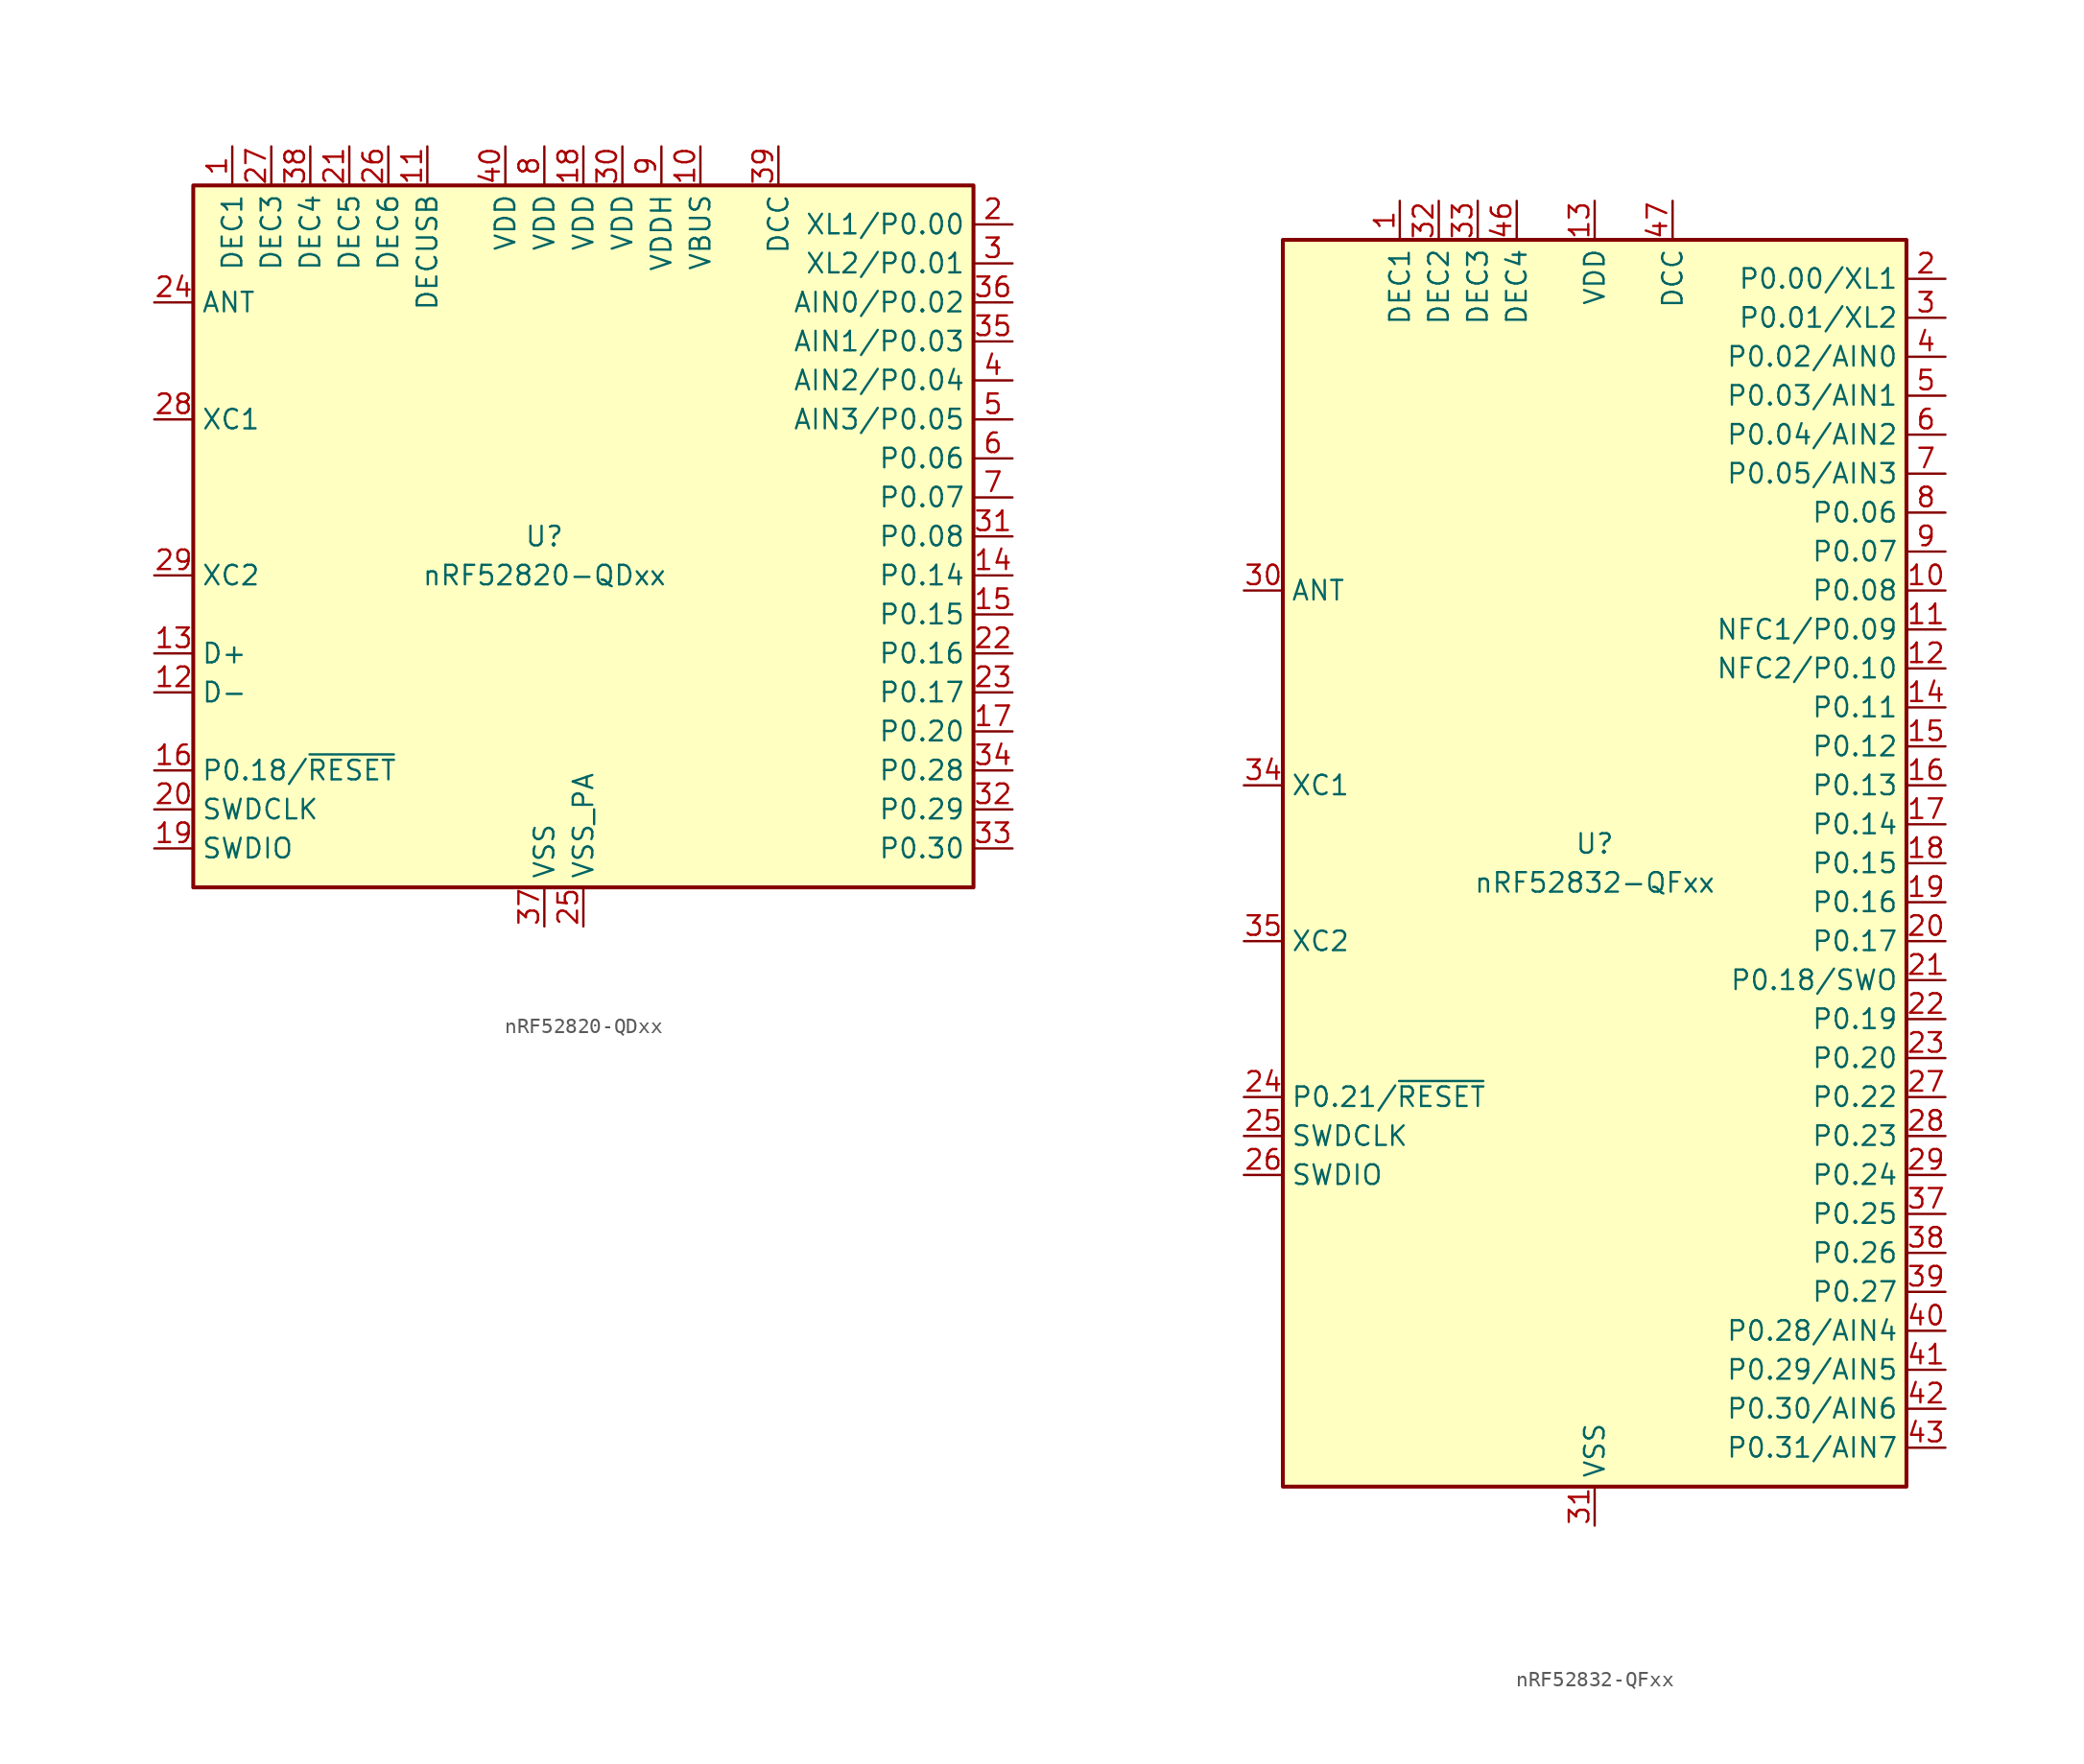
<source format=kicad_sym>
(kicad_symbol_lib
  (version 20201005)
  (generator kicad_symbol_editor)
  (symbol "MCU_Nordic:nRF52820-QDxx"
    (property "Reference" "U"
      (at -2.54 0 0)
      (effects (font (size 1.27 1.27))))
    (property "Value" "nRF52820-QDxx"
      (at -2.54 -2.54 0)
      (effects (font (size 1.27 1.27))))
    (symbol "nRF52820-QDxx_0_1"
      (rectangle (start -25.4 22.86) (end 25.4 -22.86) (stroke (width 0.254)) (fill (type background))))
    (symbol "nRF52820-QDxx_1_1"
      (pin passive line (at -22.86 25.4 270) (length 2.54) (name "DEC1" (effects (font (size 1.27 1.27)))) (number "1" (effects (font (size 1.27 1.27)))))
      (pin power_in line (at 7.62 25.4 270) (length 2.54) (name "VBUS" (effects (font (size 1.27 1.27)))) (number "10" (effects (font (size 1.27 1.27)))))
      (pin passive line (at -10.16 25.4 270) (length 2.54) (name "DECUSB" (effects (font (size 1.27 1.27)))) (number "11" (effects (font (size 1.27 1.27)))))
      (pin bidirectional line (at -27.94 -10.16 0) (length 2.54) (name "D-" (effects (font (size 1.27 1.27)))) (number "12" (effects (font (size 1.27 1.27)))))
      (pin bidirectional line (at -27.94 -7.62 0) (length 2.54) (name "D+" (effects (font (size 1.27 1.27)))) (number "13" (effects (font (size 1.27 1.27)))))
      (pin bidirectional line (at 27.94 -2.54 180) (length 2.54) (name "P0.14" (effects (font (size 1.27 1.27)))) (number "14" (effects (font (size 1.27 1.27)))))
      (pin bidirectional line (at 27.94 -5.08 180) (length 2.54) (name "P0.15" (effects (font (size 1.27 1.27)))) (number "15" (effects (font (size 1.27 1.27)))))
      (pin bidirectional line (at -27.94 -15.24 0) (length 2.54) (name "P0.18/~RESET" (effects (font (size 1.27 1.27)))) (number "16" (effects (font (size 1.27 1.27)))))
      (pin bidirectional line (at 27.94 -12.7 180) (length 2.54) (name "P0.20" (effects (font (size 1.27 1.27)))) (number "17" (effects (font (size 1.27 1.27)))))
      (pin power_in line (at 0 25.4 270) (length 2.54) (name "VDD" (effects (font (size 1.27 1.27)))) (number "18" (effects (font (size 1.27 1.27)))))
      (pin bidirectional line (at -27.94 -20.32 0) (length 2.54) (name "SWDIO" (effects (font (size 1.27 1.27)))) (number "19" (effects (font (size 1.27 1.27)))))
      (pin bidirectional line (at 27.94 20.32 180) (length 2.54) (name "XL1/P0.00" (effects (font (size 1.27 1.27)))) (number "2" (effects (font (size 1.27 1.27)))))
      (pin input line (at -27.94 -17.78 0) (length 2.54) (name "SWDCLK" (effects (font (size 1.27 1.27)))) (number "20" (effects (font (size 1.27 1.27)))))
      (pin passive line (at -15.24 25.4 270) (length 2.54) (name "DEC5" (effects (font (size 1.27 1.27)))) (number "21" (effects (font (size 1.27 1.27)))))
      (pin bidirectional line (at 27.94 -7.62 180) (length 2.54) (name "P0.16" (effects (font (size 1.27 1.27)))) (number "22" (effects (font (size 1.27 1.27)))))
      (pin bidirectional line (at 27.94 -10.16 180) (length 2.54) (name "P0.17" (effects (font (size 1.27 1.27)))) (number "23" (effects (font (size 1.27 1.27)))))
      (pin passive line (at -27.94 15.24 0) (length 2.54) (name "ANT" (effects (font (size 1.27 1.27)))) (number "24" (effects (font (size 1.27 1.27)))))
      (pin power_in line (at 0 -25.4 90) (length 2.54) (name "VSS_PA" (effects (font (size 1.27 1.27)))) (number "25" (effects (font (size 1.27 1.27)))))
      (pin passive line (at -12.7 25.4 270) (length 2.54) (name "DEC6" (effects (font (size 1.27 1.27)))) (number "26" (effects (font (size 1.27 1.27)))))
      (pin passive line (at -20.32 25.4 270) (length 2.54) (name "DEC3" (effects (font (size 1.27 1.27)))) (number "27" (effects (font (size 1.27 1.27)))))
      (pin input line (at -27.94 7.62 0) (length 2.54) (name "XC1" (effects (font (size 1.27 1.27)))) (number "28" (effects (font (size 1.27 1.27)))))
      (pin input line (at -27.94 -2.54 0) (length 2.54) (name "XC2" (effects (font (size 1.27 1.27)))) (number "29" (effects (font (size 1.27 1.27)))))
      (pin bidirectional line (at 27.94 17.78 180) (length 2.54) (name "XL2/P0.01" (effects (font (size 1.27 1.27)))) (number "3" (effects (font (size 1.27 1.27)))))
      (pin power_in line (at 2.54 25.4 270) (length 2.54) (name "VDD" (effects (font (size 1.27 1.27)))) (number "30" (effects (font (size 1.27 1.27)))))
      (pin bidirectional line (at 27.94 0 180) (length 2.54) (name "P0.08" (effects (font (size 1.27 1.27)))) (number "31" (effects (font (size 1.27 1.27)))))
      (pin bidirectional line (at 27.94 -17.78 180) (length 2.54) (name "P0.29" (effects (font (size 1.27 1.27)))) (number "32" (effects (font (size 1.27 1.27)))))
      (pin bidirectional line (at 27.94 -20.32 180) (length 2.54) (name "P0.30" (effects (font (size 1.27 1.27)))) (number "33" (effects (font (size 1.27 1.27)))))
      (pin bidirectional line (at 27.94 -15.24 180) (length 2.54) (name "P0.28" (effects (font (size 1.27 1.27)))) (number "34" (effects (font (size 1.27 1.27)))))
      (pin bidirectional line (at 27.94 12.7 180) (length 2.54) (name "AIN1/P0.03" (effects (font (size 1.27 1.27)))) (number "35" (effects (font (size 1.27 1.27)))))
      (pin bidirectional line (at 27.94 15.24 180) (length 2.54) (name "AIN0/P0.02" (effects (font (size 1.27 1.27)))) (number "36" (effects (font (size 1.27 1.27)))))
      (pin power_in line (at -2.54 -25.4 90) (length 2.54) (name "VSS" (effects (font (size 1.27 1.27)))) (number "37" (effects (font (size 1.27 1.27)))))
      (pin passive line (at -17.78 25.4 270) (length 2.54) (name "DEC4" (effects (font (size 1.27 1.27)))) (number "38" (effects (font (size 1.27 1.27)))))
      (pin power_out line (at 12.7 25.4 270) (length 2.54) (name "DCC" (effects (font (size 1.27 1.27)))) (number "39" (effects (font (size 1.27 1.27)))))
      (pin bidirectional line (at 27.94 10.16 180) (length 2.54) (name "AIN2/P0.04" (effects (font (size 1.27 1.27)))) (number "4" (effects (font (size 1.27 1.27)))))
      (pin power_in line (at -5.08 25.4 270) (length 2.54) (name "VDD" (effects (font (size 1.27 1.27)))) (number "40" (effects (font (size 1.27 1.27)))))
      (pin passive line (at -2.54 -25.4 90) (length 2.54) hide (name "VSS" (effects (font (size 1.27 1.27)))) (number "41" (effects (font (size 1.27 1.27)))))
      (pin bidirectional line (at 27.94 7.62 180) (length 2.54) (name "AIN3/P0.05" (effects (font (size 1.27 1.27)))) (number "5" (effects (font (size 1.27 1.27)))))
      (pin bidirectional line (at 27.94 5.08 180) (length 2.54) (name "P0.06" (effects (font (size 1.27 1.27)))) (number "6" (effects (font (size 1.27 1.27)))))
      (pin bidirectional line (at 27.94 2.54 180) (length 2.54) (name "P0.07" (effects (font (size 1.27 1.27)))) (number "7" (effects (font (size 1.27 1.27)))))
      (pin power_in line (at -2.54 25.4 270) (length 2.54) (name "VDD" (effects (font (size 1.27 1.27)))) (number "8" (effects (font (size 1.27 1.27)))))
      (pin power_in line (at 5.08 25.4 270) (length 2.54) (name "VDDH" (effects (font (size 1.27 1.27)))) (number "9" (effects (font (size 1.27 1.27)))))))
  (symbol "MCU_Nordic:nRF52832-QFxx"
    (property "Reference" "U"
      (at 0 1.27 0)
      (effects (font (size 1.27 1.27))))
    (property "Value" "nRF52832-QFxx"
      (at 0 -1.27 0)
      (effects (font (size 1.27 1.27))))
    (symbol "nRF52832-QFxx_0_1"
      (rectangle (start -20.32 40.64) (end 20.32 -40.64) (stroke (width 0.254)) (fill (type background))))
    (symbol "nRF52832-QFxx_1_1"
      (pin passive line (at -12.7 43.18 270) (length 2.54) (name "DEC1" (effects (font (size 1.27 1.27)))) (number "1" (effects (font (size 1.27 1.27)))))
      (pin bidirectional line (at 22.86 17.78 180) (length 2.54) (name "P0.08" (effects (font (size 1.27 1.27)))) (number "10" (effects (font (size 1.27 1.27)))))
      (pin bidirectional line (at 22.86 15.24 180) (length 2.54) (name "NFC1/P0.09" (effects (font (size 1.27 1.27)))) (number "11" (effects (font (size 1.27 1.27)))))
      (pin bidirectional line (at 22.86 12.7 180) (length 2.54) (name "NFC2/P0.10" (effects (font (size 1.27 1.27)))) (number "12" (effects (font (size 1.27 1.27)))))
      (pin power_in line (at 0 43.18 270) (length 2.54) (name "VDD" (effects (font (size 1.27 1.27)))) (number "13" (effects (font (size 1.27 1.27)))))
      (pin bidirectional line (at 22.86 10.16 180) (length 2.54) (name "P0.11" (effects (font (size 1.27 1.27)))) (number "14" (effects (font (size 1.27 1.27)))))
      (pin bidirectional line (at 22.86 7.62 180) (length 2.54) (name "P0.12" (effects (font (size 1.27 1.27)))) (number "15" (effects (font (size 1.27 1.27)))))
      (pin bidirectional line (at 22.86 5.08 180) (length 2.54) (name "P0.13" (effects (font (size 1.27 1.27)))) (number "16" (effects (font (size 1.27 1.27)))))
      (pin bidirectional line (at 22.86 2.54 180) (length 2.54) (name "P0.14" (effects (font (size 1.27 1.27)))) (number "17" (effects (font (size 1.27 1.27)))))
      (pin bidirectional line (at 22.86 0 180) (length 2.54) (name "P0.15" (effects (font (size 1.27 1.27)))) (number "18" (effects (font (size 1.27 1.27)))))
      (pin bidirectional line (at 22.86 -2.54 180) (length 2.54) (name "P0.16" (effects (font (size 1.27 1.27)))) (number "19" (effects (font (size 1.27 1.27)))))
      (pin bidirectional line (at 22.86 38.1 180) (length 2.54) (name "P0.00/XL1" (effects (font (size 1.27 1.27)))) (number "2" (effects (font (size 1.27 1.27)))))
      (pin bidirectional line (at 22.86 -5.08 180) (length 2.54) (name "P0.17" (effects (font (size 1.27 1.27)))) (number "20" (effects (font (size 1.27 1.27)))))
      (pin bidirectional line (at 22.86 -7.62 180) (length 2.54) (name "P0.18/SWO" (effects (font (size 1.27 1.27)))) (number "21" (effects (font (size 1.27 1.27)))))
      (pin bidirectional line (at 22.86 -10.16 180) (length 2.54) (name "P0.19" (effects (font (size 1.27 1.27)))) (number "22" (effects (font (size 1.27 1.27)))))
      (pin bidirectional line (at 22.86 -12.7 180) (length 2.54) (name "P0.20" (effects (font (size 1.27 1.27)))) (number "23" (effects (font (size 1.27 1.27)))))
      (pin bidirectional line (at -22.86 -15.24 0) (length 2.54) (name "P0.21/~RESET" (effects (font (size 1.27 1.27)))) (number "24" (effects (font (size 1.27 1.27)))))
      (pin input line (at -22.86 -17.78 0) (length 2.54) (name "SWDCLK" (effects (font (size 1.27 1.27)))) (number "25" (effects (font (size 1.27 1.27)))))
      (pin bidirectional line (at -22.86 -20.32 0) (length 2.54) (name "SWDIO" (effects (font (size 1.27 1.27)))) (number "26" (effects (font (size 1.27 1.27)))))
      (pin bidirectional line (at 22.86 -15.24 180) (length 2.54) (name "P0.22" (effects (font (size 1.27 1.27)))) (number "27" (effects (font (size 1.27 1.27)))))
      (pin bidirectional line (at 22.86 -17.78 180) (length 2.54) (name "P0.23" (effects (font (size 1.27 1.27)))) (number "28" (effects (font (size 1.27 1.27)))))
      (pin bidirectional line (at 22.86 -20.32 180) (length 2.54) (name "P0.24" (effects (font (size 1.27 1.27)))) (number "29" (effects (font (size 1.27 1.27)))))
      (pin bidirectional line (at 22.86 35.56 180) (length 2.54) (name "P0.01/XL2" (effects (font (size 1.27 1.27)))) (number "3" (effects (font (size 1.27 1.27)))))
      (pin passive line (at -22.86 17.78 0) (length 2.54) (name "ANT" (effects (font (size 1.27 1.27)))) (number "30" (effects (font (size 1.27 1.27)))))
      (pin power_in line (at 0 -43.18 90) (length 2.54) (name "VSS" (effects (font (size 1.27 1.27)))) (number "31" (effects (font (size 1.27 1.27)))))
      (pin passive line (at -10.16 43.18 270) (length 2.54) (name "DEC2" (effects (font (size 1.27 1.27)))) (number "32" (effects (font (size 1.27 1.27)))))
      (pin passive line (at -7.62 43.18 270) (length 2.54) (name "DEC3" (effects (font (size 1.27 1.27)))) (number "33" (effects (font (size 1.27 1.27)))))
      (pin input line (at -22.86 5.08 0) (length 2.54) (name "XC1" (effects (font (size 1.27 1.27)))) (number "34" (effects (font (size 1.27 1.27)))))
      (pin input line (at -22.86 -5.08 0) (length 2.54) (name "XC2" (effects (font (size 1.27 1.27)))) (number "35" (effects (font (size 1.27 1.27)))))
      (pin passive line (at 0 43.18 270) (length 2.54) hide (name "VDD" (effects (font (size 1.27 1.27)))) (number "36" (effects (font (size 1.27 1.27)))))
      (pin bidirectional line (at 22.86 -22.86 180) (length 2.54) (name "P0.25" (effects (font (size 1.27 1.27)))) (number "37" (effects (font (size 1.27 1.27)))))
      (pin bidirectional line (at 22.86 -25.4 180) (length 2.54) (name "P0.26" (effects (font (size 1.27 1.27)))) (number "38" (effects (font (size 1.27 1.27)))))
      (pin bidirectional line (at 22.86 -27.94 180) (length 2.54) (name "P0.27" (effects (font (size 1.27 1.27)))) (number "39" (effects (font (size 1.27 1.27)))))
      (pin bidirectional line (at 22.86 33.02 180) (length 2.54) (name "P0.02/AIN0" (effects (font (size 1.27 1.27)))) (number "4" (effects (font (size 1.27 1.27)))))
      (pin bidirectional line (at 22.86 -30.48 180) (length 2.54) (name "P0.28/AIN4" (effects (font (size 1.27 1.27)))) (number "40" (effects (font (size 1.27 1.27)))))
      (pin bidirectional line (at 22.86 -33.02 180) (length 2.54) (name "P0.29/AIN5" (effects (font (size 1.27 1.27)))) (number "41" (effects (font (size 1.27 1.27)))))
      (pin bidirectional line (at 22.86 -35.56 180) (length 2.54) (name "P0.30/AIN6" (effects (font (size 1.27 1.27)))) (number "42" (effects (font (size 1.27 1.27)))))
      (pin bidirectional line (at 22.86 -38.1 180) (length 2.54) (name "P0.31/AIN7" (effects (font (size 1.27 1.27)))) (number "43" (effects (font (size 1.27 1.27)))))
      (pin no_connect line (at -20.32 -30.48 0) (length 2.54) hide (name "NC" (effects (font (size 1.27 1.27)))) (number "44" (effects (font (size 1.27 1.27)))))
      (pin passive line (at 0 -43.18 90) (length 2.54) hide (name "VSS" (effects (font (size 1.27 1.27)))) (number "45" (effects (font (size 1.27 1.27)))))
      (pin passive line (at -5.08 43.18 270) (length 2.54) (name "DEC4" (effects (font (size 1.27 1.27)))) (number "46" (effects (font (size 1.27 1.27)))))
      (pin power_out line (at 5.08 43.18 270) (length 2.54) (name "DCC" (effects (font (size 1.27 1.27)))) (number "47" (effects (font (size 1.27 1.27)))))
      (pin passive line (at 0 43.18 270) (length 2.54) hide (name "VDD" (effects (font (size 1.27 1.27)))) (number "48" (effects (font (size 1.27 1.27)))))
      (pin passive line (at 0 -43.18 90) (length 2.54) hide (name "VSS" (effects (font (size 1.27 1.27)))) (number "49" (effects (font (size 1.27 1.27)))))
      (pin bidirectional line (at 22.86 30.48 180) (length 2.54) (name "P0.03/AIN1" (effects (font (size 1.27 1.27)))) (number "5" (effects (font (size 1.27 1.27)))))
      (pin bidirectional line (at 22.86 27.94 180) (length 2.54) (name "P0.04/AIN2" (effects (font (size 1.27 1.27)))) (number "6" (effects (font (size 1.27 1.27)))))
      (pin bidirectional line (at 22.86 25.4 180) (length 2.54) (name "P0.05/AIN3" (effects (font (size 1.27 1.27)))) (number "7" (effects (font (size 1.27 1.27)))))
      (pin bidirectional line (at 22.86 22.86 180) (length 2.54) (name "P0.06" (effects (font (size 1.27 1.27)))) (number "8" (effects (font (size 1.27 1.27)))))
      (pin bidirectional line (at 22.86 20.32 180) (length 2.54) (name "P0.07" (effects (font (size 1.27 1.27)))) (number "9" (effects (font (size 1.27 1.27))))))))
</source>
